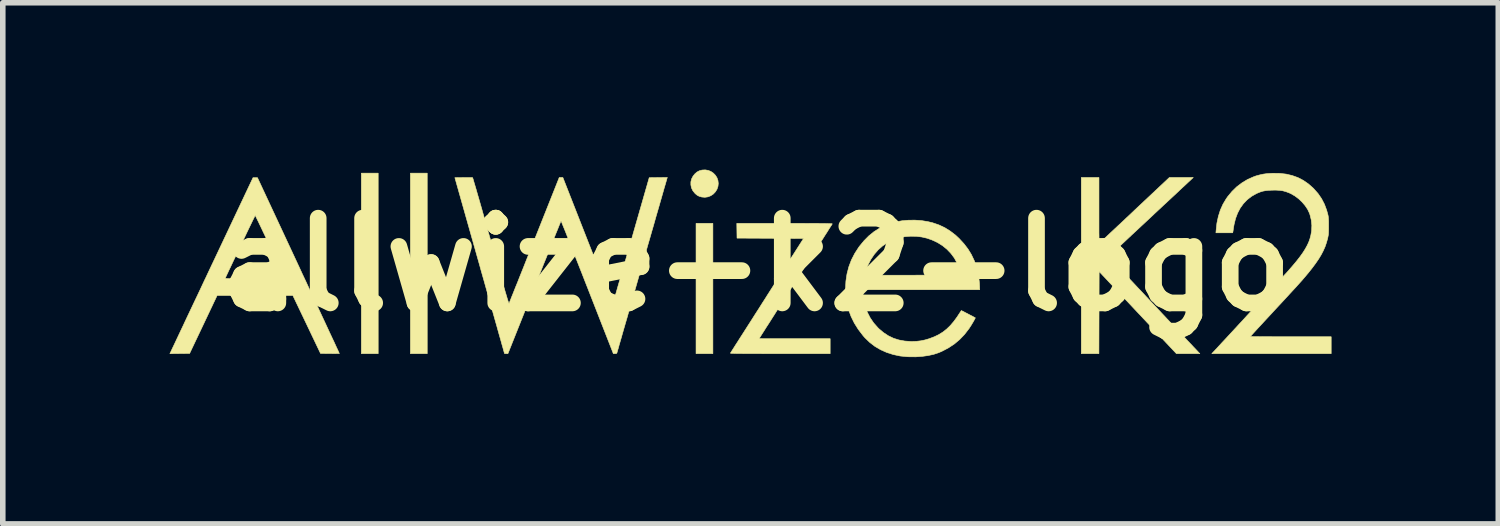
<source format=kicad_pcb>
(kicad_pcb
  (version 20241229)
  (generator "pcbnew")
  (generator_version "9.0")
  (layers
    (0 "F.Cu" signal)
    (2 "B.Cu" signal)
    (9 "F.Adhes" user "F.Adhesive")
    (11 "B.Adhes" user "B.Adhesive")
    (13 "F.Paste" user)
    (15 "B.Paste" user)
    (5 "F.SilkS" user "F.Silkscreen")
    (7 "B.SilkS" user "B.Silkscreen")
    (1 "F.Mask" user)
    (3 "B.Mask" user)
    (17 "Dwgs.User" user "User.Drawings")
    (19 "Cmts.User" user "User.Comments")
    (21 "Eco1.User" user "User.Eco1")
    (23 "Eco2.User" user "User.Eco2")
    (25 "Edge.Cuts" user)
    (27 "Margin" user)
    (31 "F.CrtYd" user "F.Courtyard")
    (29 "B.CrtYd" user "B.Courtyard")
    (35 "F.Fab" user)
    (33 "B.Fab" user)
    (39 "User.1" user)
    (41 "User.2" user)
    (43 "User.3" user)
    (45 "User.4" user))
  (footprint "allwize-k2-logo"
    (layer "F.Cu")
    (at 10.546 1.708)
    (property "Reference" "allwize-k2-logo" (at 0 0 0) (layer "F.SilkS") (effects (font (size 1.524 1.524) (thickness 0.3))))
    (attr through_hole)
    (fp_poly (pts (xy -6.795 1.602) (xy -7.098 1.602) (xy -7.098 -1.644) (xy -6.795 -1.644) (xy -6.795 1.602)) (stroke (width 0.01) (type solid)) (fill yes) (layer "F.SilkS"))
    (fp_poly (pts (xy -5.913 1.602) (xy -6.216 1.602) (xy -6.216 -1.644) (xy -5.913 -1.644) (xy -5.913 1.602)) (stroke (width 0.01) (type solid)) (fill yes) (layer "F.SilkS"))
    (fp_poly (pts (xy -0.776 1.602) (xy -1.079 1.602) (xy -1.079 -0.741) (xy -0.776 -0.741) (xy -0.776 1.602)) (stroke (width 0.01) (type solid)) (fill yes) (layer "F.SilkS"))
    (fp_poly (pts (xy -0.86 -1.694) (xy -0.811 -1.674) (xy -0.768 -1.645) (xy -0.731 -1.607) (xy -0.703 -1.563) (xy -0.685 -1.513) (xy -0.679 -1.46) (xy -0.684 -1.409) (xy -0.702 -1.355) (xy -0.731 -1.308) (xy -0.769 -1.268) (xy -0.814 -1.238) (xy -0.865 -1.218) (xy -0.92 -1.21) (xy -0.976 -1.215) (xy -0.981 -1.216) (xy -1.022 -1.228) (xy -1.057 -1.246) (xy -1.09 -1.273) (xy -1.1 -1.283) (xy -1.137 -1.329) (xy -1.161 -1.379) (xy -1.172 -1.433) (xy -1.172 -1.487) (xy -1.159 -1.54) (xy -1.133 -1.59) (xy -1.1 -1.631) (xy -1.062 -1.664) (xy -1.021 -1.686) (xy -0.974 -1.699) (xy -0.97 -1.7) (xy -0.914 -1.703) (xy -0.86 -1.694)) (stroke (width 0.01) (type solid)) (fill yes) (layer "F.SilkS"))
    (fp_poly (pts (xy 6.167 -0.974) (xy 6.167 -0.884) (xy 6.167 -0.798) (xy 6.167 -0.717) (xy 6.167 -0.642) (xy 6.167 -0.575) (xy 6.168 -0.516) (xy 6.168 -0.467) (xy 6.169 -0.427) (xy 6.169 -0.399) (xy 6.17 -0.384) (xy 6.17 -0.381) (xy 6.176 -0.386) (xy 6.191 -0.4) (xy 6.215 -0.422) (xy 6.247 -0.452) (xy 6.288 -0.49) (xy 6.335 -0.534) (xy 6.389 -0.585) (xy 6.449 -0.641) (xy 6.514 -0.702) (xy 6.584 -0.767) (xy 6.658 -0.837) (xy 6.735 -0.909) (xy 6.803 -0.974) (xy 7.433 -1.566) (xy 7.863 -1.566) (xy 7.846 -1.55) (xy 7.838 -1.543) (xy 7.822 -1.527) (xy 7.796 -1.503) (xy 7.761 -1.471) (xy 7.719 -1.431) (xy 7.669 -1.385) (xy 7.612 -1.332) (xy 7.55 -1.273) (xy 7.481 -1.209) (xy 7.408 -1.141) (xy 7.33 -1.069) (xy 7.249 -0.993) (xy 7.164 -0.914) (xy 7.086 -0.84) (xy 6.999 -0.759) (xy 6.915 -0.681) (xy 6.835 -0.606) (xy 6.758 -0.535) (xy 6.687 -0.468) (xy 6.62 -0.405) (xy 6.559 -0.348) (xy 6.505 -0.297) (xy 6.457 -0.253) (xy 6.417 -0.215) (xy 6.385 -0.185) (xy 6.362 -0.162) (xy 6.347 -0.149) (xy 6.343 -0.144) (xy 6.348 -0.139) (xy 6.361 -0.124) (xy 6.384 -0.1) (xy 6.414 -0.068) (xy 6.451 -0.028) (xy 6.495 0.019) (xy 6.544 0.072) (xy 6.6 0.131) (xy 6.659 0.195) (xy 6.723 0.264) (xy 6.791 0.336) (xy 6.861 0.411) (xy 6.934 0.488) (xy 7.008 0.567) (xy 7.083 0.647) (xy 7.159 0.728) (xy 7.235 0.809) (xy 7.309 0.888) (xy 7.382 0.966) (xy 7.454 1.042) (xy 7.522 1.115) (xy 7.587 1.184) (xy 7.649 1.249) (xy 7.706 1.31) (xy 7.757 1.365) (xy 7.803 1.413) (xy 7.843 1.455) (xy 7.875 1.49) (xy 7.876 1.49) (xy 7.981 1.602) (xy 7.771 1.602) (xy 7.56 1.602) (xy 6.865 0.863) (xy 6.17 0.125) (xy 6.168 0.863) (xy 6.166 1.602) (xy 5.849 1.602) (xy 5.849 -1.566) (xy 6.167 -1.566) (xy 6.167 -0.974)) (stroke (width 0.01) (type solid)) (fill yes) (layer "F.SilkS"))
    (fp_poly (pts (xy 0.648 -0.741) (xy 0.767 -0.741) (xy 0.873 -0.741) (xy 0.967 -0.74) (xy 1.049 -0.74) (xy 1.12 -0.74) (xy 1.181 -0.739) (xy 1.233 -0.739) (xy 1.275 -0.738) (xy 1.308 -0.737) (xy 1.334 -0.736) (xy 1.353 -0.735) (xy 1.365 -0.734) (xy 1.37 -0.733) (xy 1.371 -0.732) (xy 1.367 -0.725) (xy 1.356 -0.707) (xy 1.337 -0.678) (xy 1.312 -0.64) (xy 1.282 -0.591) (xy 1.245 -0.534) (xy 1.204 -0.469) (xy 1.157 -0.396) (xy 1.106 -0.316) (xy 1.051 -0.23) (xy 0.992 -0.138) (xy 0.93 -0.041) (xy 0.865 0.061) (xy 0.798 0.166) (xy 0.728 0.275) (xy 0.711 0.302) (xy 0.641 0.411) (xy 0.573 0.518) (xy 0.508 0.62) (xy 0.446 0.718) (xy 0.386 0.811) (xy 0.331 0.898) (xy 0.279 0.98) (xy 0.232 1.054) (xy 0.189 1.12) (xy 0.152 1.179) (xy 0.12 1.229) (xy 0.094 1.27) (xy 0.075 1.3) (xy 0.062 1.321) (xy 0.057 1.33) (xy 0.056 1.33) (xy 0.063 1.331) (xy 0.083 1.331) (xy 0.115 1.332) (xy 0.159 1.332) (xy 0.212 1.332) (xy 0.275 1.333) (xy 0.345 1.333) (xy 0.423 1.333) (xy 0.507 1.333) (xy 0.597 1.333) (xy 0.69 1.333) (xy 1.333 1.333) (xy 1.333 1.602) (xy 0.433 1.602) (xy 0.298 1.602) (xy 0.176 1.602) (xy 0.067 1.601) (xy -0.03 1.601) (xy -0.116 1.601) (xy -0.19 1.601) (xy -0.253 1.6) (xy -0.307 1.6) (xy -0.352 1.599) (xy -0.388 1.598) (xy -0.416 1.597) (xy -0.437 1.597) (xy -0.451 1.595) (xy -0.459 1.594) (xy -0.461 1.593) (xy -0.461 1.593) (xy -0.457 1.586) (xy -0.445 1.568) (xy -0.427 1.539) (xy -0.402 1.5) (xy -0.372 1.452) (xy -0.335 1.395) (xy -0.294 1.33) (xy -0.247 1.257) (xy -0.196 1.177) (xy -0.141 1.091) (xy -0.082 0.999) (xy -0.02 0.901) (xy 0.045 0.8) (xy 0.112 0.694) (xy 0.182 0.585) (xy 0.199 0.557) (xy 0.854 -0.469) (xy 0.256 -0.473) (xy -0.342 -0.476) (xy -0.344 -0.609) (xy -0.346 -0.741) (xy 0.515 -0.741) (xy 0.648 -0.741)) (stroke (width 0.01) (type solid)) (fill yes) (layer "F.SilkS"))
    (fp_poly (pts (xy -8.229 0.017) (xy -8.164 0.158) (xy -8.099 0.296) (xy -8.037 0.43) (xy -7.977 0.559) (xy -7.919 0.684) (xy -7.863 0.803) (xy -7.811 0.915) (xy -7.761 1.022) (xy -7.715 1.121) (xy -7.673 1.212) (xy -7.634 1.295) (xy -7.599 1.369) (xy -7.569 1.434) (xy -7.544 1.489) (xy -7.523 1.533) (xy -7.508 1.567) (xy -7.498 1.589) (xy -7.493 1.598) (xy -7.493 1.599) (xy -7.5 1.6) (xy -7.519 1.6) (xy -7.548 1.6) (xy -7.585 1.601) (xy -7.629 1.6) (xy -7.663 1.6) (xy -7.832 1.598) (xy -8.08 1.078) (xy -8.329 0.557) (xy -9.692 0.557) (xy -9.939 1.078) (xy -10.186 1.598) (xy -10.364 1.6) (xy -10.541 1.602) (xy -10.527 1.572) (xy -10.522 1.563) (xy -10.512 1.541) (xy -10.497 1.509) (xy -10.476 1.465) (xy -10.45 1.41) (xy -10.42 1.346) (xy -10.385 1.272) (xy -10.346 1.189) (xy -10.303 1.099) (xy -10.257 1) (xy -10.207 0.894) (xy -10.154 0.782) (xy -10.098 0.664) (xy -10.039 0.54) (xy -9.978 0.411) (xy -9.916 0.278) (xy -9.899 0.244) (xy -9.543 0.244) (xy -9.542 0.246) (xy -9.538 0.247) (xy -9.53 0.249) (xy -9.518 0.25) (xy -9.501 0.251) (xy -9.477 0.252) (xy -9.447 0.253) (xy -9.408 0.253) (xy -9.36 0.254) (xy -9.302 0.254) (xy -9.233 0.254) (xy -9.152 0.254) (xy -9.059 0.254) (xy -9.007 0.254) (xy -8.468 0.254) (xy -8.495 0.196) (xy -8.502 0.18) (xy -8.515 0.153) (xy -8.533 0.115) (xy -8.555 0.068) (xy -8.581 0.012) (xy -8.61 -0.05) (xy -8.643 -0.119) (xy -8.678 -0.193) (xy -8.714 -0.271) (xy -8.752 -0.352) (xy -8.762 -0.374) (xy -8.8 -0.454) (xy -8.835 -0.529) (xy -8.869 -0.6) (xy -8.9 -0.666) (xy -8.928 -0.724) (xy -8.952 -0.775) (xy -8.973 -0.817) (xy -8.989 -0.85) (xy -9 -0.872) (xy -9.006 -0.883) (xy -9.007 -0.884) (xy -9.01 -0.878) (xy -9.019 -0.86) (xy -9.033 -0.831) (xy -9.052 -0.793) (xy -9.074 -0.747) (xy -9.1 -0.693) (xy -9.129 -0.634) (xy -9.16 -0.569) (xy -9.192 -0.501) (xy -9.226 -0.43) (xy -9.261 -0.357) (xy -9.296 -0.283) (xy -9.331 -0.21) (xy -9.364 -0.139) (xy -9.397 -0.071) (xy -9.427 -0.007) (xy -9.455 0.053) (xy -9.481 0.106) (xy -9.502 0.152) (xy -9.52 0.19) (xy -9.533 0.218) (xy -9.541 0.236) (xy -9.543 0.241) (xy -9.543 0.244) (xy -9.899 0.244) (xy -9.851 0.141) (xy -9.785 0.001) (xy -9.779 -0.011) (xy -9.046 -1.563) (xy -8.966 -1.563) (xy -8.229 0.017)) (stroke (width 0.01) (type solid)) (fill yes) (layer "F.SilkS"))
    (fp_poly (pts (xy 2.975 -0.791) (xy 3.087 -0.773) (xy 3.175 -0.752) (xy 3.289 -0.713) (xy 3.395 -0.663) (xy 3.494 -0.601) (xy 3.589 -0.528) (xy 3.652 -0.469) (xy 3.737 -0.377) (xy 3.81 -0.282) (xy 3.871 -0.183) (xy 3.922 -0.076) (xy 3.953 0.008) (xy 3.97 0.066) (xy 3.986 0.133) (xy 4 0.204) (xy 4.011 0.276) (xy 4.018 0.343) (xy 4.021 0.402) (xy 4.021 0.407) (xy 4.022 0.452) (xy 1.917 0.452) (xy 1.921 0.517) (xy 1.935 0.636) (xy 1.962 0.749) (xy 2.001 0.856) (xy 2.052 0.956) (xy 2.115 1.049) (xy 2.19 1.134) (xy 2.211 1.155) (xy 2.293 1.224) (xy 2.38 1.281) (xy 2.472 1.325) (xy 2.57 1.356) (xy 2.674 1.375) (xy 2.786 1.383) (xy 2.801 1.383) (xy 2.885 1.38) (xy 2.963 1.371) (xy 3.039 1.355) (xy 3.114 1.333) (xy 3.204 1.299) (xy 3.285 1.26) (xy 3.359 1.214) (xy 3.428 1.16) (xy 3.493 1.097) (xy 3.557 1.022) (xy 3.62 0.936) (xy 3.635 0.912) (xy 3.692 0.826) (xy 3.816 0.89) (xy 3.854 0.91) (xy 3.888 0.927) (xy 3.915 0.942) (xy 3.934 0.952) (xy 3.943 0.957) (xy 3.943 0.957) (xy 3.941 0.964) (xy 3.933 0.98) (xy 3.92 1.004) (xy 3.904 1.033) (xy 3.885 1.064) (xy 3.866 1.096) (xy 3.847 1.125) (xy 3.831 1.15) (xy 3.83 1.151) (xy 3.75 1.255) (xy 3.661 1.348) (xy 3.563 1.43) (xy 3.456 1.5) (xy 3.341 1.56) (xy 3.285 1.584) (xy 3.195 1.614) (xy 3.094 1.636) (xy 2.986 1.651) (xy 2.871 1.659) (xy 2.753 1.658) (xy 2.722 1.657) (xy 2.592 1.644) (xy 2.469 1.618) (xy 2.352 1.581) (xy 2.242 1.532) (xy 2.139 1.472) (xy 2.045 1.4) (xy 1.959 1.317) (xy 1.925 1.278) (xy 1.839 1.166) (xy 1.767 1.051) (xy 1.709 0.933) (xy 1.664 0.812) (xy 1.632 0.687) (xy 1.614 0.557) (xy 1.609 0.434) (xy 1.616 0.298) (xy 1.632 0.191) (xy 1.948 0.191) (xy 2.819 0.191) (xy 2.929 0.19) (xy 3.034 0.19) (xy 3.135 0.19) (xy 3.23 0.19) (xy 3.319 0.19) (xy 3.4 0.19) (xy 3.473 0.189) (xy 3.537 0.189) (xy 3.591 0.189) (xy 3.634 0.188) (xy 3.665 0.188) (xy 3.684 0.187) (xy 3.69 0.187) (xy 3.688 0.176) (xy 3.681 0.155) (xy 3.672 0.126) (xy 3.661 0.093) (xy 3.648 0.059) (xy 3.636 0.026) (xy 3.625 -0.003) (xy 3.616 -0.024) (xy 3.615 -0.026) (xy 3.567 -0.117) (xy 3.506 -0.199) (xy 3.435 -0.274) (xy 3.354 -0.34) (xy 3.263 -0.397) (xy 3.164 -0.443) (xy 3.076 -0.474) (xy 2.982 -0.496) (xy 2.883 -0.508) (xy 2.783 -0.51) (xy 2.684 -0.503) (xy 2.588 -0.486) (xy 2.499 -0.459) (xy 2.462 -0.445) (xy 2.364 -0.394) (xy 2.275 -0.335) (xy 2.196 -0.265) (xy 2.127 -0.185) (xy 2.066 -0.095) (xy 2.014 0.006) (xy 1.971 0.118) (xy 1.964 0.139) (xy 1.948 0.191) (xy 1.632 0.191) (xy 1.636 0.166) (xy 1.669 0.039) (xy 1.715 -0.083) (xy 1.775 -0.2) (xy 1.848 -0.313) (xy 1.859 -0.328) (xy 1.942 -0.429) (xy 2.029 -0.517) (xy 2.123 -0.593) (xy 2.223 -0.656) (xy 2.329 -0.709) (xy 2.412 -0.74) (xy 2.515 -0.768) (xy 2.626 -0.788) (xy 2.741 -0.798) (xy 2.859 -0.799) (xy 2.975 -0.791)) (stroke (width 0.01) (type solid)) (fill yes) (layer "F.SilkS"))
    (fp_poly (pts (xy 9.418 -1.64) (xy 9.534 -1.627) (xy 9.643 -1.601) (xy 9.746 -1.564) (xy 9.842 -1.514) (xy 9.933 -1.451) (xy 10.018 -1.376) (xy 10.029 -1.365) (xy 10.106 -1.278) (xy 10.17 -1.185) (xy 10.222 -1.085) (xy 10.262 -0.977) (xy 10.285 -0.893) (xy 10.29 -0.868) (xy 10.293 -0.842) (xy 10.295 -0.812) (xy 10.297 -0.774) (xy 10.297 -0.726) (xy 10.297 -0.691) (xy 10.297 -0.641) (xy 10.296 -0.601) (xy 10.295 -0.569) (xy 10.293 -0.542) (xy 10.289 -0.518) (xy 10.284 -0.493) (xy 10.279 -0.469) (xy 10.258 -0.394) (xy 10.233 -0.321) (xy 10.201 -0.249) (xy 10.163 -0.176) (xy 10.117 -0.1) (xy 10.062 -0.02) (xy 9.998 0.066) (xy 9.924 0.159) (xy 9.915 0.169) (xy 9.895 0.193) (xy 9.876 0.216) (xy 9.857 0.238) (xy 9.838 0.26) (xy 9.818 0.284) (xy 9.796 0.308) (xy 9.771 0.336) (xy 9.744 0.366) (xy 9.713 0.401) (xy 9.677 0.44) (xy 9.636 0.484) (xy 9.589 0.535) (xy 9.536 0.593) (xy 9.476 0.658) (xy 9.407 0.732) (xy 9.33 0.815) (xy 9.284 0.865) (xy 9.224 0.93) (xy 9.166 0.992) (xy 9.112 1.051) (xy 9.062 1.105) (xy 9.017 1.153) (xy 8.978 1.196) (xy 8.945 1.232) (xy 8.92 1.26) (xy 8.902 1.28) (xy 8.892 1.291) (xy 8.891 1.292) (xy 8.898 1.293) (xy 8.918 1.294) (xy 8.95 1.295) (xy 8.993 1.295) (xy 9.047 1.296) (xy 9.111 1.297) (xy 9.184 1.297) (xy 9.264 1.297) (xy 9.351 1.298) (xy 9.445 1.298) (xy 9.544 1.298) (xy 9.616 1.298) (xy 10.343 1.298) (xy 10.343 1.602) (xy 8.196 1.602) (xy 8.217 1.579) (xy 8.235 1.56) (xy 8.261 1.532) (xy 8.295 1.496) (xy 8.335 1.452) (xy 8.382 1.401) (xy 8.435 1.345) (xy 8.492 1.283) (xy 8.554 1.216) (xy 8.619 1.146) (xy 8.687 1.072) (xy 8.757 0.997) (xy 8.828 0.919) (xy 8.9 0.841) (xy 8.972 0.763) (xy 9.043 0.686) (xy 9.113 0.611) (xy 9.181 0.537) (xy 9.246 0.467) (xy 9.307 0.4) (xy 9.364 0.338) (xy 9.416 0.282) (xy 9.462 0.231) (xy 9.502 0.188) (xy 9.536 0.152) (xy 9.561 0.124) (xy 9.578 0.105) (xy 9.583 0.099) (xy 9.661 0.009) (xy 9.729 -0.073) (xy 9.787 -0.148) (xy 9.836 -0.217) (xy 9.877 -0.282) (xy 9.911 -0.344) (xy 9.939 -0.404) (xy 9.96 -0.463) (xy 9.976 -0.522) (xy 9.987 -0.583) (xy 9.991 -0.609) (xy 9.995 -0.705) (xy 9.985 -0.801) (xy 9.962 -0.895) (xy 9.951 -0.926) (xy 9.919 -0.994) (xy 9.874 -1.061) (xy 9.82 -1.124) (xy 9.758 -1.183) (xy 9.69 -1.234) (xy 9.619 -1.275) (xy 9.584 -1.291) (xy 9.527 -1.312) (xy 9.472 -1.327) (xy 9.413 -1.335) (xy 9.348 -1.339) (xy 9.282 -1.338) (xy 9.216 -1.335) (xy 9.161 -1.329) (xy 9.113 -1.32) (xy 9.068 -1.306) (xy 9.021 -1.287) (xy 8.992 -1.274) (xy 8.907 -1.225) (xy 8.831 -1.165) (xy 8.764 -1.095) (xy 8.707 -1.016) (xy 8.66 -0.926) (xy 8.623 -0.828) (xy 8.597 -0.722) (xy 8.589 -0.677) (xy 8.584 -0.645) (xy 8.58 -0.616) (xy 8.577 -0.595) (xy 8.575 -0.587) (xy 8.572 -0.572) (xy 8.27 -0.572) (xy 8.274 -0.616) (xy 8.288 -0.746) (xy 8.314 -0.867) (xy 8.35 -0.981) (xy 8.397 -1.086) (xy 8.456 -1.185) (xy 8.482 -1.222) (xy 8.56 -1.316) (xy 8.645 -1.399) (xy 8.739 -1.47) (xy 8.838 -1.53) (xy 8.944 -1.577) (xy 8.99 -1.594) (xy 9.055 -1.612) (xy 9.117 -1.626) (xy 9.182 -1.635) (xy 9.253 -1.64) (xy 9.294 -1.642) (xy 9.418 -1.64)) (stroke (width 0.01) (type solid)) (fill yes) (layer "F.SilkS"))
    (fp_poly (pts (xy -1.602 -1.547) (xy -1.604 -1.539) (xy -1.61 -1.517) (xy -1.62 -1.483) (xy -1.633 -1.438) (xy -1.65 -1.381) (xy -1.669 -1.314) (xy -1.691 -1.237) (xy -1.716 -1.15) (xy -1.743 -1.055) (xy -1.773 -0.952) (xy -1.805 -0.842) (xy -1.838 -0.724) (xy -1.874 -0.6) (xy -1.911 -0.471) (xy -1.95 -0.337) (xy -1.989 -0.198) (xy -2.03 -0.055) (xy -2.053 0.025) (xy -2.095 0.169) (xy -2.135 0.31) (xy -2.174 0.446) (xy -2.212 0.578) (xy -2.248 0.705) (xy -2.283 0.825) (xy -2.315 0.94) (xy -2.346 1.046) (xy -2.375 1.146) (xy -2.401 1.236) (xy -2.424 1.318) (xy -2.445 1.39) (xy -2.463 1.452) (xy -2.477 1.504) (xy -2.489 1.543) (xy -2.497 1.571) (xy -2.501 1.586) (xy -2.502 1.589) (xy -2.509 1.598) (xy -2.524 1.601) (xy -2.536 1.602) (xy -2.566 1.602) (xy -3.034 0.406) (xy -3.083 0.282) (xy -3.13 0.161) (xy -3.176 0.045) (xy -3.22 -0.067) (xy -3.262 -0.173) (xy -3.301 -0.272) (xy -3.338 -0.365) (xy -3.372 -0.45) (xy -3.402 -0.527) (xy -3.429 -0.596) (xy -3.453 -0.655) (xy -3.473 -0.703) (xy -3.488 -0.741) (xy -3.499 -0.768) (xy -3.506 -0.782) (xy -3.507 -0.785) (xy -3.51 -0.778) (xy -3.518 -0.758) (xy -3.531 -0.727) (xy -3.548 -0.685) (xy -3.569 -0.632) (xy -3.595 -0.569) (xy -3.624 -0.497) (xy -3.656 -0.417) (xy -3.691 -0.329) (xy -3.73 -0.233) (xy -3.77 -0.131) (xy -3.814 -0.023) (xy -3.859 0.09) (xy -3.906 0.208) (xy -3.955 0.33) (xy -3.987 0.411) (xy -4.462 1.602) (xy -4.493 1.602) (xy -4.511 1.601) (xy -4.522 1.6) (xy -4.523 1.6) (xy -4.525 1.593) (xy -4.531 1.573) (xy -4.54 1.541) (xy -4.552 1.497) (xy -4.568 1.442) (xy -4.586 1.376) (xy -4.608 1.3) (xy -4.632 1.215) (xy -4.658 1.121) (xy -4.687 1.019) (xy -4.718 0.909) (xy -4.751 0.792) (xy -4.786 0.669) (xy -4.822 0.54) (xy -4.86 0.405) (xy -4.899 0.266) (xy -4.94 0.123) (xy -4.969 0.018) (xy -5.416 -1.563) (xy -5.26 -1.565) (xy -5.215 -1.565) (xy -5.174 -1.565) (xy -5.139 -1.565) (xy -5.114 -1.565) (xy -5.1 -1.564) (xy -5.097 -1.564) (xy -5.095 -1.557) (xy -5.088 -1.537) (xy -5.079 -1.505) (xy -5.066 -1.461) (xy -5.05 -1.407) (xy -5.031 -1.343) (xy -5.01 -1.269) (xy -4.986 -1.187) (xy -4.96 -1.096) (xy -4.932 -0.999) (xy -4.903 -0.895) (xy -4.871 -0.785) (xy -4.839 -0.67) (xy -4.805 -0.55) (xy -4.77 -0.427) (xy -4.769 -0.424) (xy -4.728 -0.277) (xy -4.69 -0.142) (xy -4.655 -0.02) (xy -4.624 0.09) (xy -4.596 0.189) (xy -4.571 0.277) (xy -4.549 0.355) (xy -4.529 0.423) (xy -4.512 0.482) (xy -4.497 0.532) (xy -4.484 0.575) (xy -4.474 0.61) (xy -4.465 0.639) (xy -4.458 0.661) (xy -4.452 0.677) (xy -4.448 0.688) (xy -4.444 0.695) (xy -4.442 0.697) (xy -4.441 0.697) (xy -4.437 0.689) (xy -4.429 0.668) (xy -4.416 0.636) (xy -4.399 0.592) (xy -4.377 0.538) (xy -4.352 0.475) (xy -4.323 0.402) (xy -4.29 0.322) (xy -4.255 0.233) (xy -4.217 0.138) (xy -4.176 0.036) (xy -4.134 -0.071) (xy -4.089 -0.184) (xy -4.043 -0.3) (xy -3.995 -0.42) (xy -3.986 -0.443) (xy -3.539 -1.566) (xy -3.474 -1.566) (xy -3.027 -0.427) (xy -2.964 -0.267) (xy -2.906 -0.12) (xy -2.853 0.014) (xy -2.805 0.135) (xy -2.761 0.244) (xy -2.723 0.341) (xy -2.689 0.426) (xy -2.659 0.499) (xy -2.634 0.561) (xy -2.614 0.611) (xy -2.597 0.65) (xy -2.585 0.677) (xy -2.577 0.694) (xy -2.574 0.7) (xy -2.573 0.7) (xy -2.571 0.692) (xy -2.565 0.671) (xy -2.555 0.638) (xy -2.542 0.594) (xy -2.526 0.539) (xy -2.507 0.474) (xy -2.486 0.399) (xy -2.462 0.316) (xy -2.435 0.226) (xy -2.407 0.128) (xy -2.377 0.023) (xy -2.345 -0.087) (xy -2.312 -0.202) (xy -2.278 -0.321) (xy -2.244 -0.437) (xy -1.921 -1.563) (xy -1.758 -1.565) (xy -1.595 -1.567) (xy -1.602 -1.547)) (stroke (width 0.01) (type solid)) (fill yes) (layer "F.SilkS")))
  (gr_rect
    (start -3 -3)
    (end 23.894 6.372)
    (stroke (width 0.1) (type default))
    (fill no)
    (layer "Edge.Cuts")))
</source>
